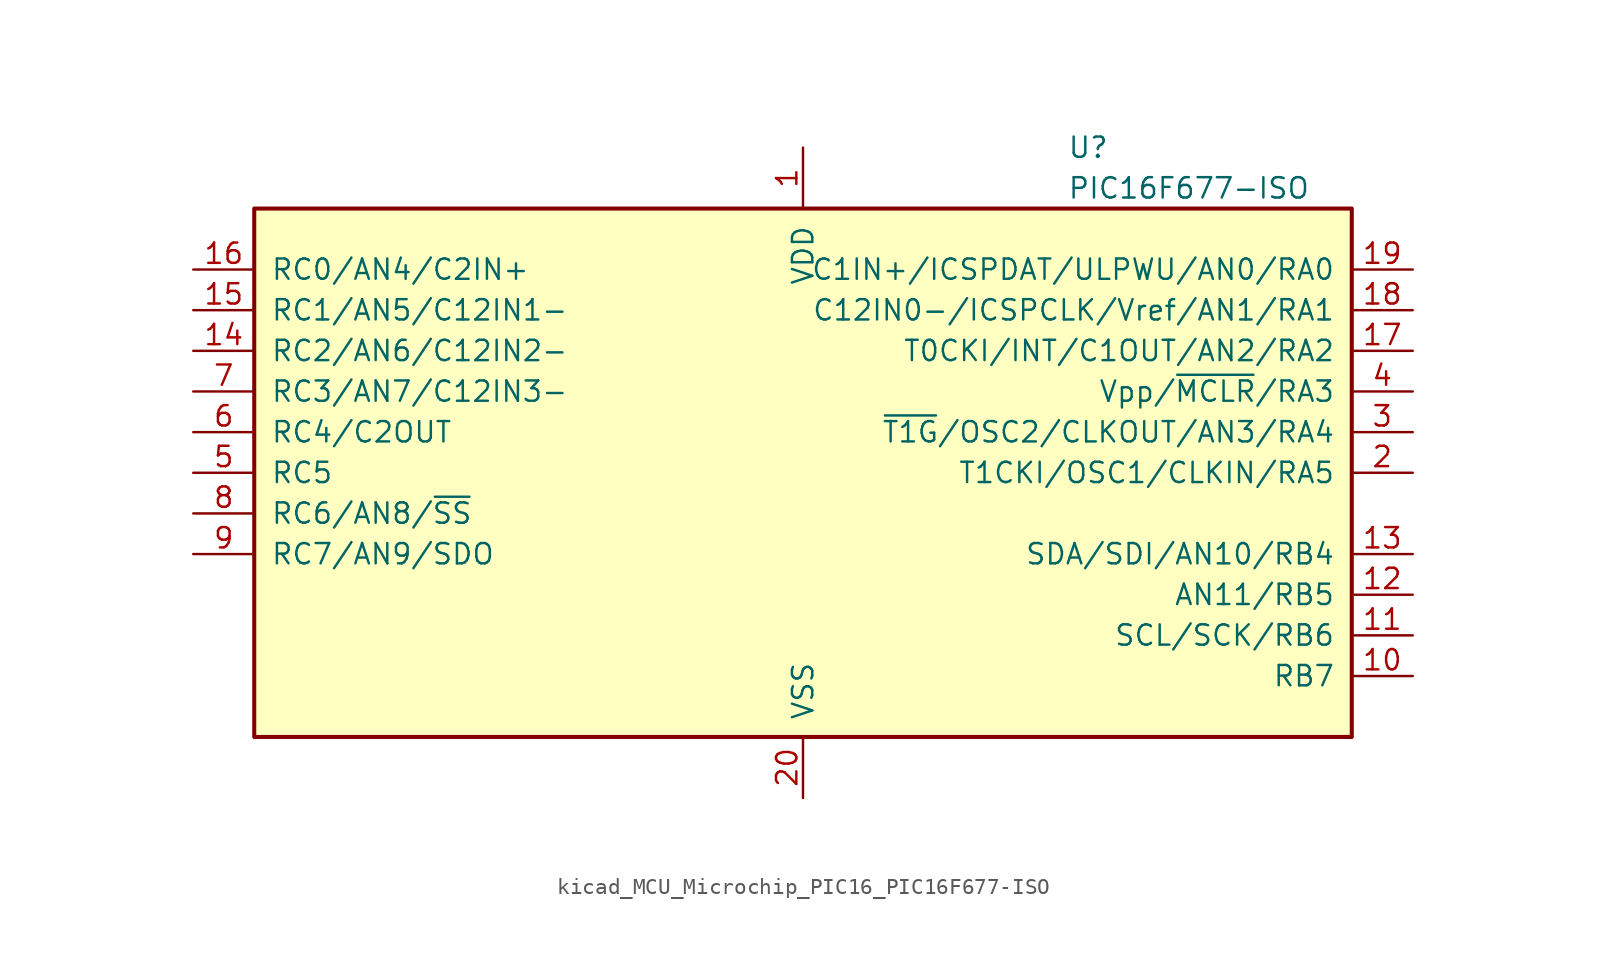
<source format=kicad_sym>
(kicad_symbol_lib
  (version 20220914)
  (generator kicad_symbol_editor)
  (symbol "kicad_MCU_Microchip_PIC16_PIC16F677-ISO"
    (pin_names
      (offset 1.016))
    (property "Reference" "U"
      (at 16.51 20.32 0)
      (effects (font (size 1.27 1.27)) (justify left)))
    (property "Value" "PIC16F677-ISO"
      (at 16.51 17.78 0)
      (effects (font (size 1.27 1.27)) (justify left)))
    (symbol "kicad_MCU_Microchip_PIC16_PIC16F677-ISO_0_1"
      (rectangle (start -34.29 16.51) (end 34.29 -16.51) (stroke (width 0.254) (type default)) (fill (type background))))
    (symbol "kicad_MCU_Microchip_PIC16_PIC16F677-ISO_1_1"
      (pin power_in line (at 0 20.32 270) (length 3.81) (name "VDD" (effects (font (size 1.27 1.27)))) (number "1" (effects (font (size 1.27 1.27)))))
      (pin bidirectional line (at 38.1 -12.7 180) (length 3.81) (name "RB7" (effects (font (size 1.27 1.27)))) (number "10" (effects (font (size 1.27 1.27)))))
      (pin bidirectional line (at 38.1 -10.16 180) (length 3.81) (name "SCL/SCK/RB6" (effects (font (size 1.27 1.27)))) (number "11" (effects (font (size 1.27 1.27)))))
      (pin bidirectional line (at 38.1 -7.62 180) (length 3.81) (name "AN11/RB5" (effects (font (size 1.27 1.27)))) (number "12" (effects (font (size 1.27 1.27)))))
      (pin bidirectional line (at 38.1 -5.08 180) (length 3.81) (name "SDA/SDI/AN10/RB4" (effects (font (size 1.27 1.27)))) (number "13" (effects (font (size 1.27 1.27)))))
      (pin bidirectional line (at -38.1 7.62 0) (length 3.81) (name "RC2/AN6/C12IN2-" (effects (font (size 1.27 1.27)))) (number "14" (effects (font (size 1.27 1.27)))))
      (pin bidirectional line (at -38.1 10.16 0) (length 3.81) (name "RC1/AN5/C12IN1-" (effects (font (size 1.27 1.27)))) (number "15" (effects (font (size 1.27 1.27)))))
      (pin bidirectional line (at -38.1 12.7 0) (length 3.81) (name "RC0/AN4/C2IN+" (effects (font (size 1.27 1.27)))) (number "16" (effects (font (size 1.27 1.27)))))
      (pin bidirectional line (at 38.1 7.62 180) (length 3.81) (name "T0CKI/INT/C1OUT/AN2/RA2" (effects (font (size 1.27 1.27)))) (number "17" (effects (font (size 1.27 1.27)))))
      (pin bidirectional line (at 38.1 10.16 180) (length 3.81) (name "C12IN0-/ICSPCLK/Vref/AN1/RA1" (effects (font (size 1.27 1.27)))) (number "18" (effects (font (size 1.27 1.27)))))
      (pin bidirectional line (at 38.1 12.7 180) (length 3.81) (name "C1IN+/ICSPDAT/ULPWU/AN0/RA0" (effects (font (size 1.27 1.27)))) (number "19" (effects (font (size 1.27 1.27)))))
      (pin bidirectional line (at 38.1 0 180) (length 3.81) (name "T1CKI/OSC1/CLKIN/RA5" (effects (font (size 1.27 1.27)))) (number "2" (effects (font (size 1.27 1.27)))))
      (pin power_in line (at 0 -20.32 90) (length 3.81) (name "VSS" (effects (font (size 1.27 1.27)))) (number "20" (effects (font (size 1.27 1.27)))))
      (pin bidirectional line (at 38.1 2.54 180) (length 3.81) (name "~{T1G}/OSC2/CLKOUT/AN3/RA4" (effects (font (size 1.27 1.27)))) (number "3" (effects (font (size 1.27 1.27)))))
      (pin input line (at 38.1 5.08 180) (length 3.81) (name "Vpp/~{MCLR}/RA3" (effects (font (size 1.27 1.27)))) (number "4" (effects (font (size 1.27 1.27)))))
      (pin bidirectional line (at -38.1 0 0) (length 3.81) (name "RC5" (effects (font (size 1.27 1.27)))) (number "5" (effects (font (size 1.27 1.27)))))
      (pin bidirectional line (at -38.1 2.54 0) (length 3.81) (name "RC4/C2OUT" (effects (font (size 1.27 1.27)))) (number "6" (effects (font (size 1.27 1.27)))))
      (pin bidirectional line (at -38.1 5.08 0) (length 3.81) (name "RC3/AN7/C12IN3-" (effects (font (size 1.27 1.27)))) (number "7" (effects (font (size 1.27 1.27)))))
      (pin bidirectional line (at -38.1 -2.54 0) (length 3.81) (name "RC6/AN8/~{SS}" (effects (font (size 1.27 1.27)))) (number "8" (effects (font (size 1.27 1.27)))))
      (pin bidirectional line (at -38.1 -5.08 0) (length 3.81) (name "RC7/AN9/SDO" (effects (font (size 1.27 1.27)))) (number "9" (effects (font (size 1.27 1.27))))))))
</source>
